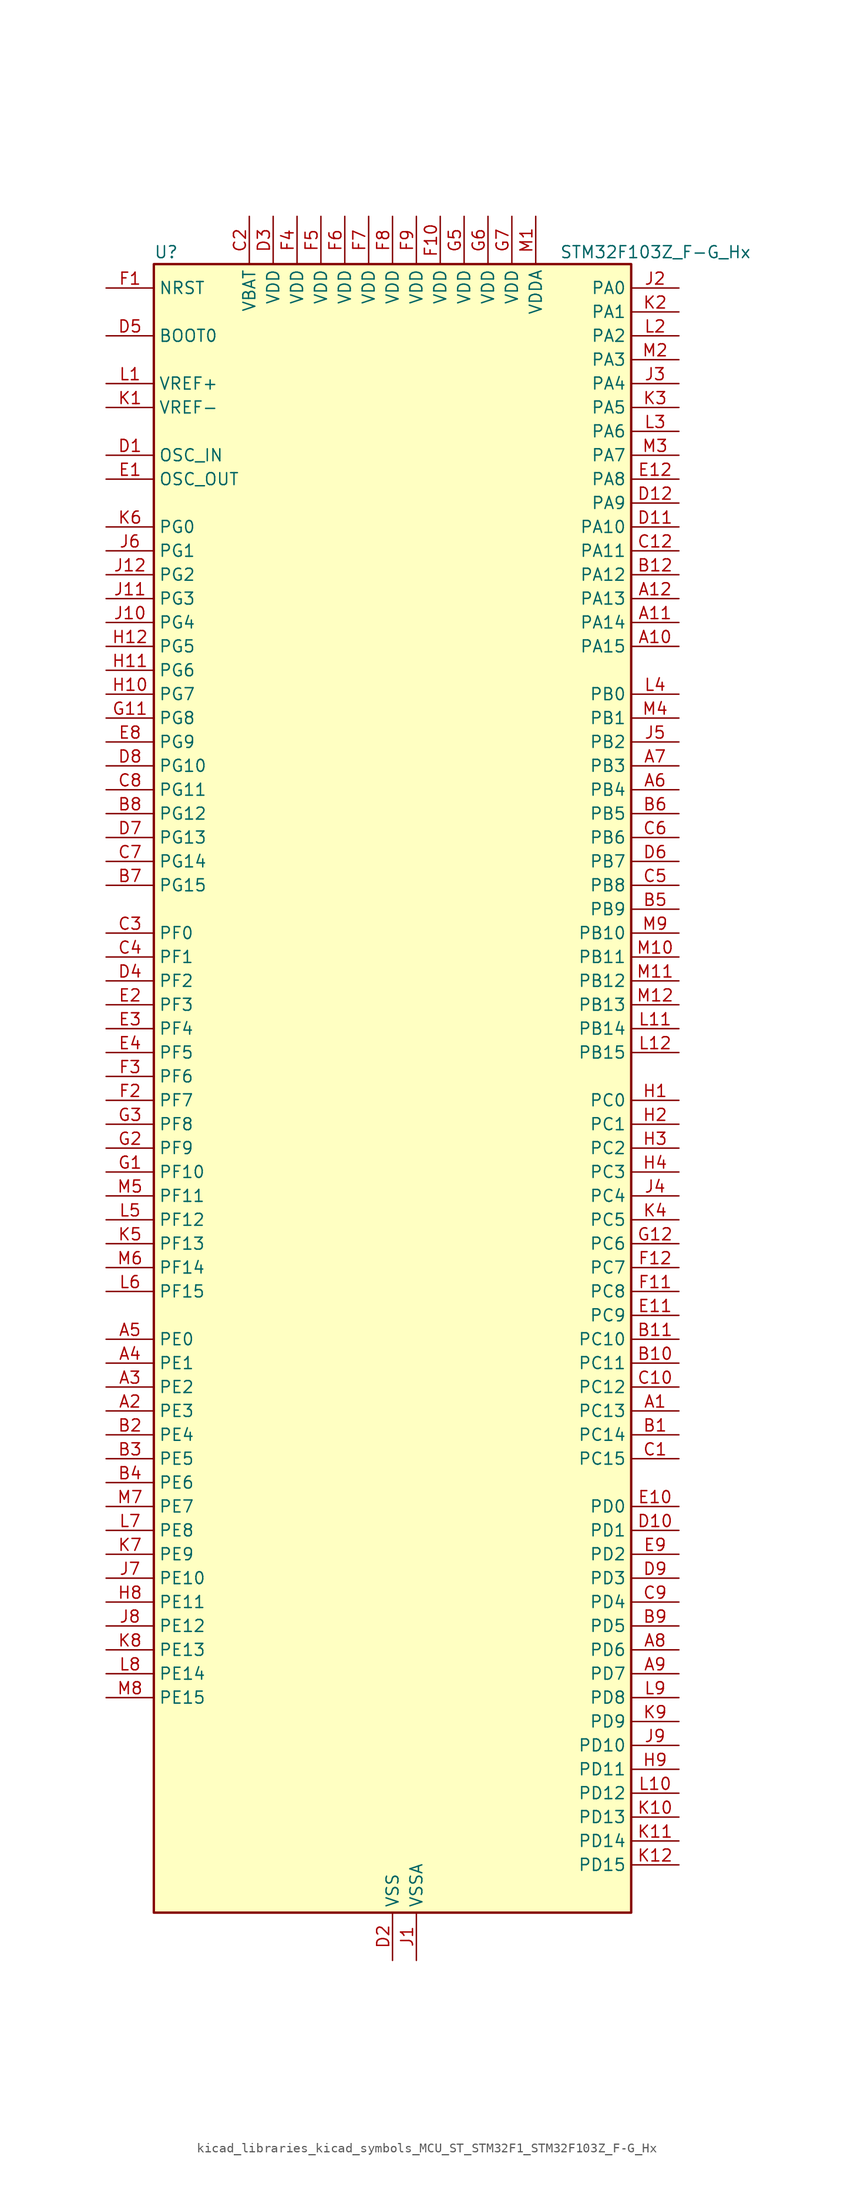
<source format=kicad_sym>
(kicad_symbol_lib
  (version 20220914)
  (generator kicad_symbol_editor)
  (symbol "kicad_libraries_kicad_symbols_MCU_ST_STM32F1_STM32F103Z_F-G_Hx"
    (property "Reference" "U"
      (at -25.4 90.17 0)
      (effects (font (size 1.27 1.27)) (justify left)))
    (property "Value" "STM32F103Z_F-G_Hx"
      (at 17.78 90.17 0)
      (effects (font (size 1.27 1.27)) (justify left)))
    (property "ki_locked" ""
      (at 0 0 0)
      (effects (font (size 1.27 1.27))))
    (symbol "kicad_libraries_kicad_symbols_MCU_ST_STM32F1_STM32F103Z_F-G_Hx_0_1"
      (rectangle (start -25.4 -86.36) (end 25.4 88.9) (stroke (width 0.254) (type default)) (fill (type background))))
    (symbol "kicad_libraries_kicad_symbols_MCU_ST_STM32F1_STM32F103Z_F-G_Hx_1_1"
      (pin bidirectional line (at 30.48 -33.02 180) (length 5.08) (name "PC13" (effects (font (size 1.27 1.27)))) (number "A1" (effects (font (size 1.27 1.27)))) (alternate "RTC_OUT" bidirectional line) (alternate "RTC_TAMPER" bidirectional line))
      (pin bidirectional line (at 30.48 48.26 180) (length 5.08) (name "PA15" (effects (font (size 1.27 1.27)))) (number "A10" (effects (font (size 1.27 1.27)))) (alternate "ADC1_EXTI15" bidirectional line) (alternate "ADC2_EXTI15" bidirectional line) (alternate "I2S3_WS" bidirectional line) (alternate "SPI1_NSS" bidirectional line) (alternate "SPI3_NSS" bidirectional line) (alternate "SYS_JTDI" bidirectional line) (alternate "TIM2_CH1" bidirectional line) (alternate "TIM2_ETR" bidirectional line))
      (pin bidirectional line (at 30.48 50.8 180) (length 5.08) (name "PA14" (effects (font (size 1.27 1.27)))) (number "A11" (effects (font (size 1.27 1.27)))) (alternate "SYS_JTCK-SWCLK" bidirectional line))
      (pin bidirectional line (at 30.48 53.34 180) (length 5.08) (name "PA13" (effects (font (size 1.27 1.27)))) (number "A12" (effects (font (size 1.27 1.27)))) (alternate "SYS_JTMS-SWDIO" bidirectional line))
      (pin bidirectional line (at -30.48 -33.02 0) (length 5.08) (name "PE3" (effects (font (size 1.27 1.27)))) (number "A2" (effects (font (size 1.27 1.27)))) (alternate "FSMC_A19" bidirectional line) (alternate "SYS_TRACED0" bidirectional line))
      (pin bidirectional line (at -30.48 -30.48 0) (length 5.08) (name "PE2" (effects (font (size 1.27 1.27)))) (number "A3" (effects (font (size 1.27 1.27)))) (alternate "FSMC_A23" bidirectional line) (alternate "SYS_TRACECLK" bidirectional line))
      (pin bidirectional line (at -30.48 -27.94 0) (length 5.08) (name "PE1" (effects (font (size 1.27 1.27)))) (number "A4" (effects (font (size 1.27 1.27)))) (alternate "FSMC_NBL1" bidirectional line))
      (pin bidirectional line (at -30.48 -25.4 0) (length 5.08) (name "PE0" (effects (font (size 1.27 1.27)))) (number "A5" (effects (font (size 1.27 1.27)))) (alternate "FSMC_NBL0" bidirectional line) (alternate "TIM4_ETR" bidirectional line))
      (pin bidirectional line (at 30.48 33.02 180) (length 5.08) (name "PB4" (effects (font (size 1.27 1.27)))) (number "A6" (effects (font (size 1.27 1.27)))) (alternate "SPI1_MISO" bidirectional line) (alternate "SPI3_MISO" bidirectional line) (alternate "SYS_NJTRST" bidirectional line) (alternate "TIM3_CH1" bidirectional line))
      (pin bidirectional line (at 30.48 35.56 180) (length 5.08) (name "PB3" (effects (font (size 1.27 1.27)))) (number "A7" (effects (font (size 1.27 1.27)))) (alternate "I2S3_CK" bidirectional line) (alternate "SPI1_SCK" bidirectional line) (alternate "SPI3_SCK" bidirectional line) (alternate "SYS_JTDO-TRACESWO" bidirectional line) (alternate "TIM2_CH2" bidirectional line))
      (pin bidirectional line (at 30.48 -58.42 180) (length 5.08) (name "PD6" (effects (font (size 1.27 1.27)))) (number "A8" (effects (font (size 1.27 1.27)))) (alternate "FSMC_NWAIT" bidirectional line) (alternate "USART2_RX" bidirectional line))
      (pin bidirectional line (at 30.48 -60.96 180) (length 5.08) (name "PD7" (effects (font (size 1.27 1.27)))) (number "A9" (effects (font (size 1.27 1.27)))) (alternate "FSMC_NCE2" bidirectional line) (alternate "FSMC_NE1" bidirectional line) (alternate "USART2_CK" bidirectional line))
      (pin bidirectional line (at 30.48 -35.56 180) (length 5.08) (name "PC14" (effects (font (size 1.27 1.27)))) (number "B1" (effects (font (size 1.27 1.27)))) (alternate "RCC_OSC32_IN" bidirectional line))
      (pin bidirectional line (at 30.48 -27.94 180) (length 5.08) (name "PC11" (effects (font (size 1.27 1.27)))) (number "B10" (effects (font (size 1.27 1.27)))) (alternate "ADC1_EXTI11" bidirectional line) (alternate "ADC2_EXTI11" bidirectional line) (alternate "SDIO_D3" bidirectional line) (alternate "UART4_RX" bidirectional line) (alternate "USART3_RX" bidirectional line))
      (pin bidirectional line (at 30.48 -25.4 180) (length 5.08) (name "PC10" (effects (font (size 1.27 1.27)))) (number "B11" (effects (font (size 1.27 1.27)))) (alternate "SDIO_D2" bidirectional line) (alternate "UART4_TX" bidirectional line) (alternate "USART3_TX" bidirectional line))
      (pin bidirectional line (at 30.48 55.88 180) (length 5.08) (name "PA12" (effects (font (size 1.27 1.27)))) (number "B12" (effects (font (size 1.27 1.27)))) (alternate "CAN_TX" bidirectional line) (alternate "TIM1_ETR" bidirectional line) (alternate "USART1_RTS" bidirectional line) (alternate "USB_DP" bidirectional line))
      (pin bidirectional line (at -30.48 -35.56 0) (length 5.08) (name "PE4" (effects (font (size 1.27 1.27)))) (number "B2" (effects (font (size 1.27 1.27)))) (alternate "FSMC_A20" bidirectional line) (alternate "SYS_TRACED1" bidirectional line))
      (pin bidirectional line (at -30.48 -38.1 0) (length 5.08) (name "PE5" (effects (font (size 1.27 1.27)))) (number "B3" (effects (font (size 1.27 1.27)))) (alternate "FSMC_A21" bidirectional line) (alternate "SYS_TRACED2" bidirectional line) (alternate "TIM9_CH1" bidirectional line))
      (pin bidirectional line (at -30.48 -40.64 0) (length 5.08) (name "PE6" (effects (font (size 1.27 1.27)))) (number "B4" (effects (font (size 1.27 1.27)))) (alternate "FSMC_A22" bidirectional line) (alternate "SYS_TRACED3" bidirectional line) (alternate "TIM9_CH2" bidirectional line))
      (pin bidirectional line (at 30.48 20.32 180) (length 5.08) (name "PB9" (effects (font (size 1.27 1.27)))) (number "B5" (effects (font (size 1.27 1.27)))) (alternate "CAN_TX" bidirectional line) (alternate "DAC_EXTI9" bidirectional line) (alternate "I2C1_SDA" bidirectional line) (alternate "SDIO_D5" bidirectional line) (alternate "TIM11_CH1" bidirectional line) (alternate "TIM4_CH4" bidirectional line))
      (pin bidirectional line (at 30.48 30.48 180) (length 5.08) (name "PB5" (effects (font (size 1.27 1.27)))) (number "B6" (effects (font (size 1.27 1.27)))) (alternate "I2C1_SMBA" bidirectional line) (alternate "I2S3_SD" bidirectional line) (alternate "SPI1_MOSI" bidirectional line) (alternate "SPI3_MOSI" bidirectional line) (alternate "TIM3_CH2" bidirectional line))
      (pin bidirectional line (at -30.48 22.86 0) (length 5.08) (name "PG15" (effects (font (size 1.27 1.27)))) (number "B7" (effects (font (size 1.27 1.27)))) (alternate "ADC1_EXTI15" bidirectional line) (alternate "ADC2_EXTI15" bidirectional line))
      (pin bidirectional line (at -30.48 30.48 0) (length 5.08) (name "PG12" (effects (font (size 1.27 1.27)))) (number "B8" (effects (font (size 1.27 1.27)))) (alternate "FSMC_NE4" bidirectional line))
      (pin bidirectional line (at 30.48 -55.88 180) (length 5.08) (name "PD5" (effects (font (size 1.27 1.27)))) (number "B9" (effects (font (size 1.27 1.27)))) (alternate "FSMC_NWE" bidirectional line) (alternate "USART2_TX" bidirectional line))
      (pin bidirectional line (at 30.48 -38.1 180) (length 5.08) (name "PC15" (effects (font (size 1.27 1.27)))) (number "C1" (effects (font (size 1.27 1.27)))) (alternate "ADC1_EXTI15" bidirectional line) (alternate "ADC2_EXTI15" bidirectional line) (alternate "RCC_OSC32_OUT" bidirectional line))
      (pin bidirectional line (at 30.48 -30.48 180) (length 5.08) (name "PC12" (effects (font (size 1.27 1.27)))) (number "C10" (effects (font (size 1.27 1.27)))) (alternate "SDIO_CK" bidirectional line) (alternate "UART5_TX" bidirectional line) (alternate "USART3_CK" bidirectional line))
      (pin no_connect line (at -25.4 -86.36 0) (length 5.08) hide (name "NC" (effects (font (size 1.27 1.27)))) (number "C11" (effects (font (size 1.27 1.27)))))
      (pin bidirectional line (at 30.48 58.42 180) (length 5.08) (name "PA11" (effects (font (size 1.27 1.27)))) (number "C12" (effects (font (size 1.27 1.27)))) (alternate "ADC1_EXTI11" bidirectional line) (alternate "ADC2_EXTI11" bidirectional line) (alternate "CAN_RX" bidirectional line) (alternate "TIM1_CH4" bidirectional line) (alternate "USART1_CTS" bidirectional line) (alternate "USB_DM" bidirectional line))
      (pin power_in line (at -15.24 93.98 270) (length 5.08) (name "VBAT" (effects (font (size 1.27 1.27)))) (number "C2" (effects (font (size 1.27 1.27)))))
      (pin bidirectional line (at -30.48 17.78 0) (length 5.08) (name "PF0" (effects (font (size 1.27 1.27)))) (number "C3" (effects (font (size 1.27 1.27)))) (alternate "FSMC_A0" bidirectional line))
      (pin bidirectional line (at -30.48 15.24 0) (length 5.08) (name "PF1" (effects (font (size 1.27 1.27)))) (number "C4" (effects (font (size 1.27 1.27)))) (alternate "FSMC_A1" bidirectional line))
      (pin bidirectional line (at 30.48 22.86 180) (length 5.08) (name "PB8" (effects (font (size 1.27 1.27)))) (number "C5" (effects (font (size 1.27 1.27)))) (alternate "CAN_RX" bidirectional line) (alternate "I2C1_SCL" bidirectional line) (alternate "SDIO_D4" bidirectional line) (alternate "TIM10_CH1" bidirectional line) (alternate "TIM4_CH3" bidirectional line))
      (pin bidirectional line (at 30.48 27.94 180) (length 5.08) (name "PB6" (effects (font (size 1.27 1.27)))) (number "C6" (effects (font (size 1.27 1.27)))) (alternate "I2C1_SCL" bidirectional line) (alternate "TIM4_CH1" bidirectional line) (alternate "USART1_TX" bidirectional line))
      (pin bidirectional line (at -30.48 25.4 0) (length 5.08) (name "PG14" (effects (font (size 1.27 1.27)))) (number "C7" (effects (font (size 1.27 1.27)))) (alternate "FSMC_A25" bidirectional line))
      (pin bidirectional line (at -30.48 33.02 0) (length 5.08) (name "PG11" (effects (font (size 1.27 1.27)))) (number "C8" (effects (font (size 1.27 1.27)))) (alternate "ADC1_EXTI11" bidirectional line) (alternate "ADC2_EXTI11" bidirectional line) (alternate "FSMC_NCE4_2" bidirectional line))
      (pin bidirectional line (at 30.48 -53.34 180) (length 5.08) (name "PD4" (effects (font (size 1.27 1.27)))) (number "C9" (effects (font (size 1.27 1.27)))) (alternate "FSMC_NOE" bidirectional line) (alternate "USART2_RTS" bidirectional line))
      (pin input line (at -30.48 68.58 0) (length 5.08) (name "OSC_IN" (effects (font (size 1.27 1.27)))) (number "D1" (effects (font (size 1.27 1.27)))) (alternate "RCC_OSC_IN" bidirectional line))
      (pin bidirectional line (at 30.48 -45.72 180) (length 5.08) (name "PD1" (effects (font (size 1.27 1.27)))) (number "D10" (effects (font (size 1.27 1.27)))) (alternate "CAN_TX" bidirectional line) (alternate "FSMC_D3" bidirectional line) (alternate "FSMC_DA3" bidirectional line))
      (pin bidirectional line (at 30.48 60.96 180) (length 5.08) (name "PA10" (effects (font (size 1.27 1.27)))) (number "D11" (effects (font (size 1.27 1.27)))) (alternate "TIM1_CH3" bidirectional line) (alternate "USART1_RX" bidirectional line))
      (pin bidirectional line (at 30.48 63.5 180) (length 5.08) (name "PA9" (effects (font (size 1.27 1.27)))) (number "D12" (effects (font (size 1.27 1.27)))) (alternate "DAC_EXTI9" bidirectional line) (alternate "TIM1_CH2" bidirectional line) (alternate "USART1_TX" bidirectional line))
      (pin power_in line (at 0 -91.44 90) (length 5.08) (name "VSS" (effects (font (size 1.27 1.27)))) (number "D2" (effects (font (size 1.27 1.27)))))
      (pin power_in line (at -12.7 93.98 270) (length 5.08) (name "VDD" (effects (font (size 1.27 1.27)))) (number "D3" (effects (font (size 1.27 1.27)))))
      (pin bidirectional line (at -30.48 12.7 0) (length 5.08) (name "PF2" (effects (font (size 1.27 1.27)))) (number "D4" (effects (font (size 1.27 1.27)))) (alternate "FSMC_A2" bidirectional line))
      (pin input line (at -30.48 81.28 0) (length 5.08) (name "BOOT0" (effects (font (size 1.27 1.27)))) (number "D5" (effects (font (size 1.27 1.27)))))
      (pin bidirectional line (at 30.48 25.4 180) (length 5.08) (name "PB7" (effects (font (size 1.27 1.27)))) (number "D6" (effects (font (size 1.27 1.27)))) (alternate "FSMC_NL" bidirectional line) (alternate "I2C1_SDA" bidirectional line) (alternate "TIM4_CH2" bidirectional line) (alternate "USART1_RX" bidirectional line))
      (pin bidirectional line (at -30.48 27.94 0) (length 5.08) (name "PG13" (effects (font (size 1.27 1.27)))) (number "D7" (effects (font (size 1.27 1.27)))) (alternate "FSMC_A24" bidirectional line))
      (pin bidirectional line (at -30.48 35.56 0) (length 5.08) (name "PG10" (effects (font (size 1.27 1.27)))) (number "D8" (effects (font (size 1.27 1.27)))) (alternate "FSMC_NCE4_1" bidirectional line) (alternate "FSMC_NE3" bidirectional line))
      (pin bidirectional line (at 30.48 -50.8 180) (length 5.08) (name "PD3" (effects (font (size 1.27 1.27)))) (number "D9" (effects (font (size 1.27 1.27)))) (alternate "FSMC_CLK" bidirectional line) (alternate "USART2_CTS" bidirectional line))
      (pin input line (at -30.48 66.04 0) (length 5.08) (name "OSC_OUT" (effects (font (size 1.27 1.27)))) (number "E1" (effects (font (size 1.27 1.27)))) (alternate "RCC_OSC_OUT" bidirectional line))
      (pin bidirectional line (at 30.48 -43.18 180) (length 5.08) (name "PD0" (effects (font (size 1.27 1.27)))) (number "E10" (effects (font (size 1.27 1.27)))) (alternate "CAN_RX" bidirectional line) (alternate "FSMC_D2" bidirectional line) (alternate "FSMC_DA2" bidirectional line))
      (pin bidirectional line (at 30.48 -22.86 180) (length 5.08) (name "PC9" (effects (font (size 1.27 1.27)))) (number "E11" (effects (font (size 1.27 1.27)))) (alternate "DAC_EXTI9" bidirectional line) (alternate "SDIO_D1" bidirectional line) (alternate "TIM3_CH4" bidirectional line) (alternate "TIM8_CH4" bidirectional line))
      (pin bidirectional line (at 30.48 66.04 180) (length 5.08) (name "PA8" (effects (font (size 1.27 1.27)))) (number "E12" (effects (font (size 1.27 1.27)))) (alternate "RCC_MCO" bidirectional line) (alternate "TIM1_CH1" bidirectional line) (alternate "USART1_CK" bidirectional line))
      (pin bidirectional line (at -30.48 10.16 0) (length 5.08) (name "PF3" (effects (font (size 1.27 1.27)))) (number "E2" (effects (font (size 1.27 1.27)))) (alternate "FSMC_A3" bidirectional line))
      (pin bidirectional line (at -30.48 7.62 0) (length 5.08) (name "PF4" (effects (font (size 1.27 1.27)))) (number "E3" (effects (font (size 1.27 1.27)))) (alternate "FSMC_A4" bidirectional line))
      (pin bidirectional line (at -30.48 5.08 0) (length 5.08) (name "PF5" (effects (font (size 1.27 1.27)))) (number "E4" (effects (font (size 1.27 1.27)))) (alternate "FSMC_A5" bidirectional line))
      (pin passive line (at 0 -91.44 90) (length 5.08) hide (name "VSS" (effects (font (size 1.27 1.27)))) (number "E5" (effects (font (size 1.27 1.27)))))
      (pin passive line (at 0 -91.44 90) (length 5.08) hide (name "VSS" (effects (font (size 1.27 1.27)))) (number "E6" (effects (font (size 1.27 1.27)))))
      (pin passive line (at 0 -91.44 90) (length 5.08) hide (name "VSS" (effects (font (size 1.27 1.27)))) (number "E7" (effects (font (size 1.27 1.27)))))
      (pin bidirectional line (at -30.48 38.1 0) (length 5.08) (name "PG9" (effects (font (size 1.27 1.27)))) (number "E8" (effects (font (size 1.27 1.27)))) (alternate "DAC_EXTI9" bidirectional line) (alternate "FSMC_NCE3" bidirectional line) (alternate "FSMC_NE2" bidirectional line))
      (pin bidirectional line (at 30.48 -48.26 180) (length 5.08) (name "PD2" (effects (font (size 1.27 1.27)))) (number "E9" (effects (font (size 1.27 1.27)))) (alternate "SDIO_CMD" bidirectional line) (alternate "TIM3_ETR" bidirectional line) (alternate "UART5_RX" bidirectional line))
      (pin input line (at -30.48 86.36 0) (length 5.08) (name "NRST" (effects (font (size 1.27 1.27)))) (number "F1" (effects (font (size 1.27 1.27)))))
      (pin power_in line (at 5.08 93.98 270) (length 5.08) (name "VDD" (effects (font (size 1.27 1.27)))) (number "F10" (effects (font (size 1.27 1.27)))))
      (pin bidirectional line (at 30.48 -20.32 180) (length 5.08) (name "PC8" (effects (font (size 1.27 1.27)))) (number "F11" (effects (font (size 1.27 1.27)))) (alternate "SDIO_D0" bidirectional line) (alternate "TIM3_CH3" bidirectional line) (alternate "TIM8_CH3" bidirectional line))
      (pin bidirectional line (at 30.48 -17.78 180) (length 5.08) (name "PC7" (effects (font (size 1.27 1.27)))) (number "F12" (effects (font (size 1.27 1.27)))) (alternate "I2S3_MCK" bidirectional line) (alternate "SDIO_D7" bidirectional line) (alternate "TIM3_CH2" bidirectional line) (alternate "TIM8_CH2" bidirectional line))
      (pin bidirectional line (at -30.48 0 0) (length 5.08) (name "PF7" (effects (font (size 1.27 1.27)))) (number "F2" (effects (font (size 1.27 1.27)))) (alternate "ADC3_IN5" bidirectional line) (alternate "FSMC_NREG" bidirectional line) (alternate "TIM11_CH1" bidirectional line))
      (pin bidirectional line (at -30.48 2.54 0) (length 5.08) (name "PF6" (effects (font (size 1.27 1.27)))) (number "F3" (effects (font (size 1.27 1.27)))) (alternate "ADC3_IN4" bidirectional line) (alternate "FSMC_NIORD" bidirectional line) (alternate "TIM10_CH1" bidirectional line))
      (pin power_in line (at -10.16 93.98 270) (length 5.08) (name "VDD" (effects (font (size 1.27 1.27)))) (number "F4" (effects (font (size 1.27 1.27)))))
      (pin power_in line (at -7.62 93.98 270) (length 5.08) (name "VDD" (effects (font (size 1.27 1.27)))) (number "F5" (effects (font (size 1.27 1.27)))))
      (pin power_in line (at -5.08 93.98 270) (length 5.08) (name "VDD" (effects (font (size 1.27 1.27)))) (number "F6" (effects (font (size 1.27 1.27)))))
      (pin power_in line (at -2.54 93.98 270) (length 5.08) (name "VDD" (effects (font (size 1.27 1.27)))) (number "F7" (effects (font (size 1.27 1.27)))))
      (pin power_in line (at 0 93.98 270) (length 5.08) (name "VDD" (effects (font (size 1.27 1.27)))) (number "F8" (effects (font (size 1.27 1.27)))))
      (pin power_in line (at 2.54 93.98 270) (length 5.08) (name "VDD" (effects (font (size 1.27 1.27)))) (number "F9" (effects (font (size 1.27 1.27)))))
      (pin bidirectional line (at -30.48 -7.62 0) (length 5.08) (name "PF10" (effects (font (size 1.27 1.27)))) (number "G1" (effects (font (size 1.27 1.27)))) (alternate "ADC3_IN8" bidirectional line) (alternate "FSMC_INTR" bidirectional line))
      (pin passive line (at 0 -91.44 90) (length 5.08) hide (name "VSS" (effects (font (size 1.27 1.27)))) (number "G10" (effects (font (size 1.27 1.27)))))
      (pin bidirectional line (at -30.48 40.64 0) (length 5.08) (name "PG8" (effects (font (size 1.27 1.27)))) (number "G11" (effects (font (size 1.27 1.27)))))
      (pin bidirectional line (at 30.48 -15.24 180) (length 5.08) (name "PC6" (effects (font (size 1.27 1.27)))) (number "G12" (effects (font (size 1.27 1.27)))) (alternate "I2S2_MCK" bidirectional line) (alternate "SDIO_D6" bidirectional line) (alternate "TIM3_CH1" bidirectional line) (alternate "TIM8_CH1" bidirectional line))
      (pin bidirectional line (at -30.48 -5.08 0) (length 5.08) (name "PF9" (effects (font (size 1.27 1.27)))) (number "G2" (effects (font (size 1.27 1.27)))) (alternate "ADC3_IN7" bidirectional line) (alternate "DAC_EXTI9" bidirectional line) (alternate "FSMC_CD" bidirectional line) (alternate "TIM14_CH1" bidirectional line))
      (pin bidirectional line (at -30.48 -2.54 0) (length 5.08) (name "PF8" (effects (font (size 1.27 1.27)))) (number "G3" (effects (font (size 1.27 1.27)))) (alternate "ADC3_IN6" bidirectional line) (alternate "FSMC_NIOWR" bidirectional line) (alternate "TIM13_CH1" bidirectional line))
      (pin passive line (at 0 -91.44 90) (length 5.08) hide (name "VSS" (effects (font (size 1.27 1.27)))) (number "G4" (effects (font (size 1.27 1.27)))))
      (pin power_in line (at 7.62 93.98 270) (length 5.08) (name "VDD" (effects (font (size 1.27 1.27)))) (number "G5" (effects (font (size 1.27 1.27)))))
      (pin power_in line (at 10.16 93.98 270) (length 5.08) (name "VDD" (effects (font (size 1.27 1.27)))) (number "G6" (effects (font (size 1.27 1.27)))))
      (pin power_in line (at 12.7 93.98 270) (length 5.08) (name "VDD" (effects (font (size 1.27 1.27)))) (number "G7" (effects (font (size 1.27 1.27)))))
      (pin passive line (at 0 -91.44 90) (length 5.08) hide (name "VSS" (effects (font (size 1.27 1.27)))) (number "G8" (effects (font (size 1.27 1.27)))))
      (pin passive line (at 0 -91.44 90) (length 5.08) hide (name "VSS" (effects (font (size 1.27 1.27)))) (number "G9" (effects (font (size 1.27 1.27)))))
      (pin bidirectional line (at 30.48 0 180) (length 5.08) (name "PC0" (effects (font (size 1.27 1.27)))) (number "H1" (effects (font (size 1.27 1.27)))) (alternate "ADC1_IN10" bidirectional line) (alternate "ADC2_IN10" bidirectional line) (alternate "ADC3_IN10" bidirectional line))
      (pin bidirectional line (at -30.48 43.18 0) (length 5.08) (name "PG7" (effects (font (size 1.27 1.27)))) (number "H10" (effects (font (size 1.27 1.27)))) (alternate "FSMC_INT3" bidirectional line))
      (pin bidirectional line (at -30.48 45.72 0) (length 5.08) (name "PG6" (effects (font (size 1.27 1.27)))) (number "H11" (effects (font (size 1.27 1.27)))) (alternate "FSMC_INT2" bidirectional line))
      (pin bidirectional line (at -30.48 48.26 0) (length 5.08) (name "PG5" (effects (font (size 1.27 1.27)))) (number "H12" (effects (font (size 1.27 1.27)))) (alternate "FSMC_A15" bidirectional line))
      (pin bidirectional line (at 30.48 -2.54 180) (length 5.08) (name "PC1" (effects (font (size 1.27 1.27)))) (number "H2" (effects (font (size 1.27 1.27)))) (alternate "ADC1_IN11" bidirectional line) (alternate "ADC2_IN11" bidirectional line) (alternate "ADC3_IN11" bidirectional line))
      (pin bidirectional line (at 30.48 -5.08 180) (length 5.08) (name "PC2" (effects (font (size 1.27 1.27)))) (number "H3" (effects (font (size 1.27 1.27)))) (alternate "ADC1_IN12" bidirectional line) (alternate "ADC2_IN12" bidirectional line) (alternate "ADC3_IN12" bidirectional line))
      (pin bidirectional line (at 30.48 -7.62 180) (length 5.08) (name "PC3" (effects (font (size 1.27 1.27)))) (number "H4" (effects (font (size 1.27 1.27)))) (alternate "ADC1_IN13" bidirectional line) (alternate "ADC2_IN13" bidirectional line) (alternate "ADC3_IN13" bidirectional line))
      (pin passive line (at 0 -91.44 90) (length 5.08) hide (name "VSS" (effects (font (size 1.27 1.27)))) (number "H5" (effects (font (size 1.27 1.27)))))
      (pin passive line (at 0 -91.44 90) (length 5.08) hide (name "VSS" (effects (font (size 1.27 1.27)))) (number "H6" (effects (font (size 1.27 1.27)))))
      (pin passive line (at 0 -91.44 90) (length 5.08) hide (name "VSS" (effects (font (size 1.27 1.27)))) (number "H7" (effects (font (size 1.27 1.27)))))
      (pin bidirectional line (at -30.48 -53.34 0) (length 5.08) (name "PE11" (effects (font (size 1.27 1.27)))) (number "H8" (effects (font (size 1.27 1.27)))) (alternate "ADC1_EXTI11" bidirectional line) (alternate "ADC2_EXTI11" bidirectional line) (alternate "FSMC_D8" bidirectional line) (alternate "FSMC_DA8" bidirectional line) (alternate "TIM1_CH2" bidirectional line))
      (pin bidirectional line (at 30.48 -71.12 180) (length 5.08) (name "PD11" (effects (font (size 1.27 1.27)))) (number "H9" (effects (font (size 1.27 1.27)))) (alternate "ADC1_EXTI11" bidirectional line) (alternate "ADC2_EXTI11" bidirectional line) (alternate "FSMC_A16" bidirectional line) (alternate "FSMC_CLE" bidirectional line) (alternate "USART3_CTS" bidirectional line))
      (pin power_in line (at 2.54 -91.44 90) (length 5.08) (name "VSSA" (effects (font (size 1.27 1.27)))) (number "J1" (effects (font (size 1.27 1.27)))))
      (pin bidirectional line (at -30.48 50.8 0) (length 5.08) (name "PG4" (effects (font (size 1.27 1.27)))) (number "J10" (effects (font (size 1.27 1.27)))) (alternate "FSMC_A14" bidirectional line))
      (pin bidirectional line (at -30.48 53.34 0) (length 5.08) (name "PG3" (effects (font (size 1.27 1.27)))) (number "J11" (effects (font (size 1.27 1.27)))) (alternate "FSMC_A13" bidirectional line))
      (pin bidirectional line (at -30.48 55.88 0) (length 5.08) (name "PG2" (effects (font (size 1.27 1.27)))) (number "J12" (effects (font (size 1.27 1.27)))) (alternate "FSMC_A12" bidirectional line))
      (pin bidirectional line (at 30.48 86.36 180) (length 5.08) (name "PA0" (effects (font (size 1.27 1.27)))) (number "J2" (effects (font (size 1.27 1.27)))) (alternate "ADC1_IN0" bidirectional line) (alternate "ADC2_IN0" bidirectional line) (alternate "ADC3_IN0" bidirectional line) (alternate "SYS_WKUP" bidirectional line) (alternate "TIM2_CH1" bidirectional line) (alternate "TIM2_ETR" bidirectional line) (alternate "TIM5_CH1" bidirectional line) (alternate "TIM8_ETR" bidirectional line) (alternate "USART2_CTS" bidirectional line))
      (pin bidirectional line (at 30.48 76.2 180) (length 5.08) (name "PA4" (effects (font (size 1.27 1.27)))) (number "J3" (effects (font (size 1.27 1.27)))) (alternate "ADC1_IN4" bidirectional line) (alternate "ADC2_IN4" bidirectional line) (alternate "DAC_OUT1" bidirectional line) (alternate "SPI1_NSS" bidirectional line) (alternate "USART2_CK" bidirectional line))
      (pin bidirectional line (at 30.48 -10.16 180) (length 5.08) (name "PC4" (effects (font (size 1.27 1.27)))) (number "J4" (effects (font (size 1.27 1.27)))) (alternate "ADC1_IN14" bidirectional line) (alternate "ADC2_IN14" bidirectional line))
      (pin bidirectional line (at 30.48 38.1 180) (length 5.08) (name "PB2" (effects (font (size 1.27 1.27)))) (number "J5" (effects (font (size 1.27 1.27)))))
      (pin bidirectional line (at -30.48 58.42 0) (length 5.08) (name "PG1" (effects (font (size 1.27 1.27)))) (number "J6" (effects (font (size 1.27 1.27)))) (alternate "FSMC_A11" bidirectional line))
      (pin bidirectional line (at -30.48 -50.8 0) (length 5.08) (name "PE10" (effects (font (size 1.27 1.27)))) (number "J7" (effects (font (size 1.27 1.27)))) (alternate "FSMC_D7" bidirectional line) (alternate "FSMC_DA7" bidirectional line) (alternate "TIM1_CH2N" bidirectional line))
      (pin bidirectional line (at -30.48 -55.88 0) (length 5.08) (name "PE12" (effects (font (size 1.27 1.27)))) (number "J8" (effects (font (size 1.27 1.27)))) (alternate "FSMC_D9" bidirectional line) (alternate "FSMC_DA9" bidirectional line) (alternate "TIM1_CH3N" bidirectional line))
      (pin bidirectional line (at 30.48 -68.58 180) (length 5.08) (name "PD10" (effects (font (size 1.27 1.27)))) (number "J9" (effects (font (size 1.27 1.27)))) (alternate "FSMC_D15" bidirectional line) (alternate "FSMC_DA15" bidirectional line) (alternate "USART3_CK" bidirectional line))
      (pin input line (at -30.48 73.66 0) (length 5.08) (name "VREF-" (effects (font (size 1.27 1.27)))) (number "K1" (effects (font (size 1.27 1.27)))))
      (pin bidirectional line (at 30.48 -76.2 180) (length 5.08) (name "PD13" (effects (font (size 1.27 1.27)))) (number "K10" (effects (font (size 1.27 1.27)))) (alternate "FSMC_A18" bidirectional line) (alternate "TIM4_CH2" bidirectional line))
      (pin bidirectional line (at 30.48 -78.74 180) (length 5.08) (name "PD14" (effects (font (size 1.27 1.27)))) (number "K11" (effects (font (size 1.27 1.27)))) (alternate "FSMC_D0" bidirectional line) (alternate "FSMC_DA0" bidirectional line) (alternate "TIM4_CH3" bidirectional line))
      (pin bidirectional line (at 30.48 -81.28 180) (length 5.08) (name "PD15" (effects (font (size 1.27 1.27)))) (number "K12" (effects (font (size 1.27 1.27)))) (alternate "ADC1_EXTI15" bidirectional line) (alternate "ADC2_EXTI15" bidirectional line) (alternate "FSMC_D1" bidirectional line) (alternate "FSMC_DA1" bidirectional line) (alternate "TIM4_CH4" bidirectional line))
      (pin bidirectional line (at 30.48 83.82 180) (length 5.08) (name "PA1" (effects (font (size 1.27 1.27)))) (number "K2" (effects (font (size 1.27 1.27)))) (alternate "ADC1_IN1" bidirectional line) (alternate "ADC2_IN1" bidirectional line) (alternate "ADC3_IN1" bidirectional line) (alternate "TIM2_CH2" bidirectional line) (alternate "TIM5_CH2" bidirectional line) (alternate "USART2_RTS" bidirectional line))
      (pin bidirectional line (at 30.48 73.66 180) (length 5.08) (name "PA5" (effects (font (size 1.27 1.27)))) (number "K3" (effects (font (size 1.27 1.27)))) (alternate "ADC1_IN5" bidirectional line) (alternate "ADC2_IN5" bidirectional line) (alternate "DAC_OUT2" bidirectional line) (alternate "SPI1_SCK" bidirectional line))
      (pin bidirectional line (at 30.48 -12.7 180) (length 5.08) (name "PC5" (effects (font (size 1.27 1.27)))) (number "K4" (effects (font (size 1.27 1.27)))) (alternate "ADC1_IN15" bidirectional line) (alternate "ADC2_IN15" bidirectional line))
      (pin bidirectional line (at -30.48 -15.24 0) (length 5.08) (name "PF13" (effects (font (size 1.27 1.27)))) (number "K5" (effects (font (size 1.27 1.27)))) (alternate "FSMC_A7" bidirectional line))
      (pin bidirectional line (at -30.48 60.96 0) (length 5.08) (name "PG0" (effects (font (size 1.27 1.27)))) (number "K6" (effects (font (size 1.27 1.27)))) (alternate "FSMC_A10" bidirectional line))
      (pin bidirectional line (at -30.48 -48.26 0) (length 5.08) (name "PE9" (effects (font (size 1.27 1.27)))) (number "K7" (effects (font (size 1.27 1.27)))) (alternate "DAC_EXTI9" bidirectional line) (alternate "FSMC_D6" bidirectional line) (alternate "FSMC_DA6" bidirectional line) (alternate "TIM1_CH1" bidirectional line))
      (pin bidirectional line (at -30.48 -58.42 0) (length 5.08) (name "PE13" (effects (font (size 1.27 1.27)))) (number "K8" (effects (font (size 1.27 1.27)))) (alternate "FSMC_D10" bidirectional line) (alternate "FSMC_DA10" bidirectional line) (alternate "TIM1_CH3" bidirectional line))
      (pin bidirectional line (at 30.48 -66.04 180) (length 5.08) (name "PD9" (effects (font (size 1.27 1.27)))) (number "K9" (effects (font (size 1.27 1.27)))) (alternate "DAC_EXTI9" bidirectional line) (alternate "FSMC_D14" bidirectional line) (alternate "FSMC_DA14" bidirectional line) (alternate "USART3_RX" bidirectional line))
      (pin input line (at -30.48 76.2 0) (length 5.08) (name "VREF+" (effects (font (size 1.27 1.27)))) (number "L1" (effects (font (size 1.27 1.27)))))
      (pin bidirectional line (at 30.48 -73.66 180) (length 5.08) (name "PD12" (effects (font (size 1.27 1.27)))) (number "L10" (effects (font (size 1.27 1.27)))) (alternate "FSMC_A17" bidirectional line) (alternate "FSMC_ALE" bidirectional line) (alternate "TIM4_CH1" bidirectional line) (alternate "USART3_RTS" bidirectional line))
      (pin bidirectional line (at 30.48 7.62 180) (length 5.08) (name "PB14" (effects (font (size 1.27 1.27)))) (number "L11" (effects (font (size 1.27 1.27)))) (alternate "SPI2_MISO" bidirectional line) (alternate "TIM12_CH1" bidirectional line) (alternate "TIM1_CH2N" bidirectional line) (alternate "USART3_RTS" bidirectional line))
      (pin bidirectional line (at 30.48 5.08 180) (length 5.08) (name "PB15" (effects (font (size 1.27 1.27)))) (number "L12" (effects (font (size 1.27 1.27)))) (alternate "ADC1_EXTI15" bidirectional line) (alternate "ADC2_EXTI15" bidirectional line) (alternate "I2S2_SD" bidirectional line) (alternate "SPI2_MOSI" bidirectional line) (alternate "TIM12_CH2" bidirectional line) (alternate "TIM1_CH3N" bidirectional line))
      (pin bidirectional line (at 30.48 81.28 180) (length 5.08) (name "PA2" (effects (font (size 1.27 1.27)))) (number "L2" (effects (font (size 1.27 1.27)))) (alternate "ADC1_IN2" bidirectional line) (alternate "ADC2_IN2" bidirectional line) (alternate "ADC3_IN2" bidirectional line) (alternate "TIM2_CH3" bidirectional line) (alternate "TIM5_CH3" bidirectional line) (alternate "TIM9_CH1" bidirectional line) (alternate "USART2_TX" bidirectional line))
      (pin bidirectional line (at 30.48 71.12 180) (length 5.08) (name "PA6" (effects (font (size 1.27 1.27)))) (number "L3" (effects (font (size 1.27 1.27)))) (alternate "ADC1_IN6" bidirectional line) (alternate "ADC2_IN6" bidirectional line) (alternate "SPI1_MISO" bidirectional line) (alternate "TIM13_CH1" bidirectional line) (alternate "TIM1_BKIN" bidirectional line) (alternate "TIM3_CH1" bidirectional line) (alternate "TIM8_BKIN" bidirectional line))
      (pin bidirectional line (at 30.48 43.18 180) (length 5.08) (name "PB0" (effects (font (size 1.27 1.27)))) (number "L4" (effects (font (size 1.27 1.27)))) (alternate "ADC1_IN8" bidirectional line) (alternate "ADC2_IN8" bidirectional line) (alternate "TIM1_CH2N" bidirectional line) (alternate "TIM3_CH3" bidirectional line) (alternate "TIM8_CH2N" bidirectional line))
      (pin bidirectional line (at -30.48 -12.7 0) (length 5.08) (name "PF12" (effects (font (size 1.27 1.27)))) (number "L5" (effects (font (size 1.27 1.27)))) (alternate "FSMC_A6" bidirectional line))
      (pin bidirectional line (at -30.48 -20.32 0) (length 5.08) (name "PF15" (effects (font (size 1.27 1.27)))) (number "L6" (effects (font (size 1.27 1.27)))) (alternate "ADC1_EXTI15" bidirectional line) (alternate "ADC2_EXTI15" bidirectional line) (alternate "FSMC_A9" bidirectional line))
      (pin bidirectional line (at -30.48 -45.72 0) (length 5.08) (name "PE8" (effects (font (size 1.27 1.27)))) (number "L7" (effects (font (size 1.27 1.27)))) (alternate "FSMC_D5" bidirectional line) (alternate "FSMC_DA5" bidirectional line) (alternate "TIM1_CH1N" bidirectional line))
      (pin bidirectional line (at -30.48 -60.96 0) (length 5.08) (name "PE14" (effects (font (size 1.27 1.27)))) (number "L8" (effects (font (size 1.27 1.27)))) (alternate "FSMC_D11" bidirectional line) (alternate "FSMC_DA11" bidirectional line) (alternate "TIM1_CH4" bidirectional line))
      (pin bidirectional line (at 30.48 -63.5 180) (length 5.08) (name "PD8" (effects (font (size 1.27 1.27)))) (number "L9" (effects (font (size 1.27 1.27)))) (alternate "FSMC_D13" bidirectional line) (alternate "FSMC_DA13" bidirectional line) (alternate "USART3_TX" bidirectional line))
      (pin power_in line (at 15.24 93.98 270) (length 5.08) (name "VDDA" (effects (font (size 1.27 1.27)))) (number "M1" (effects (font (size 1.27 1.27)))))
      (pin bidirectional line (at 30.48 15.24 180) (length 5.08) (name "PB11" (effects (font (size 1.27 1.27)))) (number "M10" (effects (font (size 1.27 1.27)))) (alternate "ADC1_EXTI11" bidirectional line) (alternate "ADC2_EXTI11" bidirectional line) (alternate "I2C2_SDA" bidirectional line) (alternate "TIM2_CH4" bidirectional line) (alternate "USART3_RX" bidirectional line))
      (pin bidirectional line (at 30.48 12.7 180) (length 5.08) (name "PB12" (effects (font (size 1.27 1.27)))) (number "M11" (effects (font (size 1.27 1.27)))) (alternate "I2C2_SMBA" bidirectional line) (alternate "I2S2_WS" bidirectional line) (alternate "SPI2_NSS" bidirectional line) (alternate "TIM1_BKIN" bidirectional line) (alternate "USART3_CK" bidirectional line))
      (pin bidirectional line (at 30.48 10.16 180) (length 5.08) (name "PB13" (effects (font (size 1.27 1.27)))) (number "M12" (effects (font (size 1.27 1.27)))) (alternate "I2S2_CK" bidirectional line) (alternate "SPI2_SCK" bidirectional line) (alternate "TIM1_CH1N" bidirectional line) (alternate "USART3_CTS" bidirectional line))
      (pin bidirectional line (at 30.48 78.74 180) (length 5.08) (name "PA3" (effects (font (size 1.27 1.27)))) (number "M2" (effects (font (size 1.27 1.27)))) (alternate "ADC1_IN3" bidirectional line) (alternate "ADC2_IN3" bidirectional line) (alternate "ADC3_IN3" bidirectional line) (alternate "TIM2_CH4" bidirectional line) (alternate "TIM5_CH4" bidirectional line) (alternate "TIM9_CH2" bidirectional line) (alternate "USART2_RX" bidirectional line))
      (pin bidirectional line (at 30.48 68.58 180) (length 5.08) (name "PA7" (effects (font (size 1.27 1.27)))) (number "M3" (effects (font (size 1.27 1.27)))) (alternate "ADC1_IN7" bidirectional line) (alternate "ADC2_IN7" bidirectional line) (alternate "SPI1_MOSI" bidirectional line) (alternate "TIM14_CH1" bidirectional line) (alternate "TIM1_CH1N" bidirectional line) (alternate "TIM3_CH2" bidirectional line) (alternate "TIM8_CH1N" bidirectional line))
      (pin bidirectional line (at 30.48 40.64 180) (length 5.08) (name "PB1" (effects (font (size 1.27 1.27)))) (number "M4" (effects (font (size 1.27 1.27)))) (alternate "ADC1_IN9" bidirectional line) (alternate "ADC2_IN9" bidirectional line) (alternate "TIM1_CH3N" bidirectional line) (alternate "TIM3_CH4" bidirectional line) (alternate "TIM8_CH3N" bidirectional line))
      (pin bidirectional line (at -30.48 -10.16 0) (length 5.08) (name "PF11" (effects (font (size 1.27 1.27)))) (number "M5" (effects (font (size 1.27 1.27)))) (alternate "ADC1_EXTI11" bidirectional line) (alternate "ADC2_EXTI11" bidirectional line) (alternate "FSMC_NIOS16" bidirectional line))
      (pin bidirectional line (at -30.48 -17.78 0) (length 5.08) (name "PF14" (effects (font (size 1.27 1.27)))) (number "M6" (effects (font (size 1.27 1.27)))) (alternate "FSMC_A8" bidirectional line))
      (pin bidirectional line (at -30.48 -43.18 0) (length 5.08) (name "PE7" (effects (font (size 1.27 1.27)))) (number "M7" (effects (font (size 1.27 1.27)))) (alternate "FSMC_D4" bidirectional line) (alternate "FSMC_DA4" bidirectional line) (alternate "TIM1_ETR" bidirectional line))
      (pin bidirectional line (at -30.48 -63.5 0) (length 5.08) (name "PE15" (effects (font (size 1.27 1.27)))) (number "M8" (effects (font (size 1.27 1.27)))) (alternate "ADC1_EXTI15" bidirectional line) (alternate "ADC2_EXTI15" bidirectional line) (alternate "FSMC_D12" bidirectional line) (alternate "FSMC_DA12" bidirectional line) (alternate "TIM1_BKIN" bidirectional line))
      (pin bidirectional line (at 30.48 17.78 180) (length 5.08) (name "PB10" (effects (font (size 1.27 1.27)))) (number "M9" (effects (font (size 1.27 1.27)))) (alternate "I2C2_SCL" bidirectional line) (alternate "TIM2_CH3" bidirectional line) (alternate "USART3_TX" bidirectional line)))))
</source>
